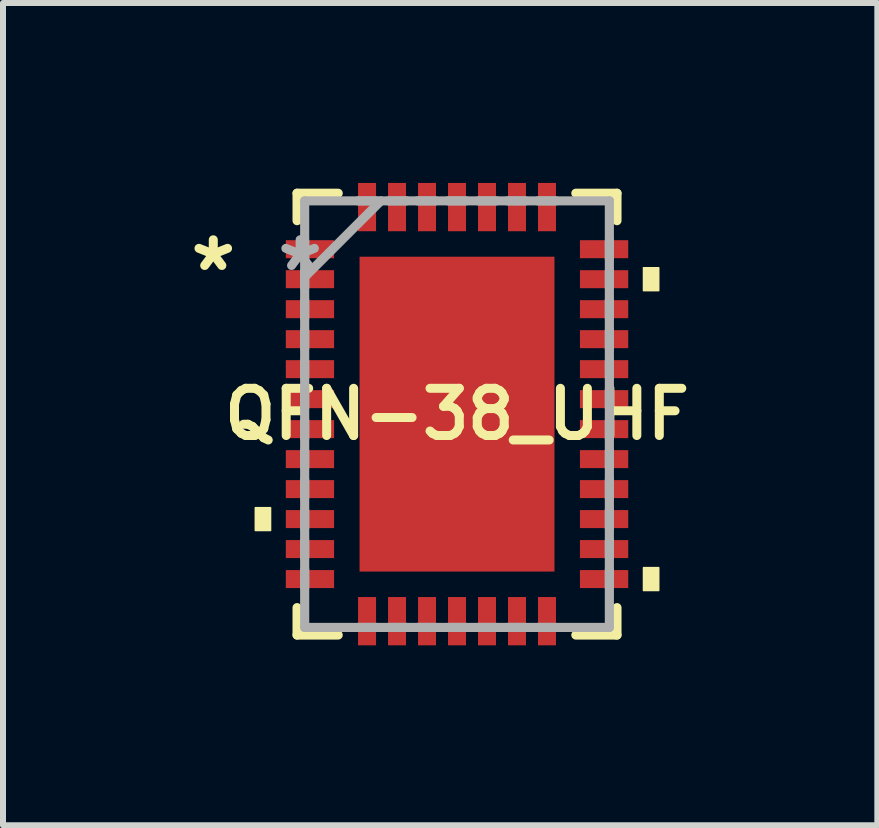
<source format=kicad_pcb>
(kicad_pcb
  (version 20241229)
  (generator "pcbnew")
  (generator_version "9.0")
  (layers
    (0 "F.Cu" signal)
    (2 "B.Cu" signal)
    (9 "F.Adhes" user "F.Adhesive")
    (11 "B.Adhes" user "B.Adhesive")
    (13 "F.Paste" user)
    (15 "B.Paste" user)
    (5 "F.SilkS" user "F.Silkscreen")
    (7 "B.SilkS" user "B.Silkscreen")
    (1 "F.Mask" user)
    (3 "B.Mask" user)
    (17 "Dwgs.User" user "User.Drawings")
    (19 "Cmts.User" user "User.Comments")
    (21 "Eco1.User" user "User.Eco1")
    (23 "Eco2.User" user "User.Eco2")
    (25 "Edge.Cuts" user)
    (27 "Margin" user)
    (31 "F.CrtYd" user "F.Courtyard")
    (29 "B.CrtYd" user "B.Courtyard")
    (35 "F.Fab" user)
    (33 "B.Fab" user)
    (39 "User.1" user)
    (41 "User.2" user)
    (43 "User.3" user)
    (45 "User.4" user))
  (footprint "QFN-38_UHF"
    (layer "F.Cu")
    (at 4.57 3.855)
    (property "Reference" "QFN-38_UHF" (at 0 0 0) (layer "F.SilkS") (effects (font (size 0.787 0.787) (thickness 0.15))))
    (attr smd)
    (fp_line (start -2.667 -3.683) (end -2.667 -3.226) (stroke (width 0.152) (type solid)) (layer "F.SilkS"))
    (fp_line (start -2.667 3.226) (end -2.667 3.683) (stroke (width 0.152) (type solid)) (layer "F.SilkS"))
    (fp_line (start -2.667 3.683) (end -1.981 3.683) (stroke (width 0.152) (type solid)) (layer "F.SilkS"))
    (fp_line (start -1.981 -3.683) (end -2.667 -3.683) (stroke (width 0.152) (type solid)) (layer "F.SilkS"))
    (fp_line (start 1.981 3.683) (end 2.667 3.683) (stroke (width 0.152) (type solid)) (layer "F.SilkS"))
    (fp_line (start 2.667 -3.683) (end 1.981 -3.683) (stroke (width 0.152) (type solid)) (layer "F.SilkS"))
    (fp_line (start 2.667 -3.226) (end 2.667 -3.683) (stroke (width 0.152) (type solid)) (layer "F.SilkS"))
    (fp_line (start 2.667 3.683) (end 2.667 3.226) (stroke (width 0.152) (type solid)) (layer "F.SilkS"))
    (fp_poly (pts (xy -3.363 1.56) (xy -3.363 1.94) (xy -3.109 1.94) (xy -3.109 1.56)) (stroke (width 0.025) (type solid)) (fill yes) (layer "F.SilkS"))
    (fp_poly (pts (xy 3.363 -2.441) (xy 3.363 -2.059) (xy 3.109 -2.059) (xy 3.109 -2.441)) (stroke (width 0.025) (type solid)) (fill yes) (layer "F.SilkS"))
    (fp_poly (pts (xy 3.363 2.559) (xy 3.363 2.941) (xy 3.109 2.941) (xy 3.109 2.559)) (stroke (width 0.025) (type solid)) (fill yes) (layer "F.SilkS"))
    (fp_poly (pts (xy -1.525 -2.525) (xy -1.525 -1.413) (xy -0.1 -1.413) (xy -0.1 -2.525)) (stroke (width 0.025) (type solid)) (fill yes) (layer "F.Paste"))
    (fp_poly (pts (xy -1.525 -1.212) (xy -1.525 -0.1) (xy -0.1 -0.1) (xy -0.1 -1.212)) (stroke (width 0.025) (type solid)) (fill yes) (layer "F.Paste"))
    (fp_poly (pts (xy -1.525 0.1) (xy -1.525 1.212) (xy -0.1 1.212) (xy -0.1 0.1)) (stroke (width 0.025) (type solid)) (fill yes) (layer "F.Paste"))
    (fp_poly (pts (xy -1.525 1.413) (xy -1.525 2.525) (xy -0.1 2.525) (xy -0.1 1.413)) (stroke (width 0.025) (type solid)) (fill yes) (layer "F.Paste"))
    (fp_poly (pts (xy 0.1 -2.525) (xy 0.1 -1.413) (xy 1.525 -1.413) (xy 1.525 -2.525)) (stroke (width 0.025) (type solid)) (fill yes) (layer "F.Paste"))
    (fp_poly (pts (xy 0.1 -1.212) (xy 0.1 -0.1) (xy 1.525 -0.1) (xy 1.525 -1.212)) (stroke (width 0.025) (type solid)) (fill yes) (layer "F.Paste"))
    (fp_poly (pts (xy 0.1 0.1) (xy 0.1 1.212) (xy 1.525 1.212) (xy 1.525 0.1)) (stroke (width 0.025) (type solid)) (fill yes) (layer "F.Paste"))
    (fp_poly (pts (xy 0.1 1.413) (xy 0.1 2.525) (xy 1.525 2.525) (xy 1.525 1.413)) (stroke (width 0.025) (type solid)) (fill yes) (layer "F.Paste"))
    (fp_line (start -2.54 -3.556) (end -2.54 3.556) (stroke (width 0.152) (type solid)) (layer "F.Fab"))
    (fp_line (start -2.54 -2.896) (end -2.54 -2.591) (stroke (width 0.152) (type solid)) (layer "F.Fab"))
    (fp_line (start -2.54 -2.388) (end -2.54 -2.108) (stroke (width 0.152) (type solid)) (layer "F.Fab"))
    (fp_line (start -2.54 -2.286) (end -1.27 -3.556) (stroke (width 0.152) (type solid)) (layer "F.Fab"))
    (fp_line (start -2.54 -1.905) (end -2.54 -1.6) (stroke (width 0.152) (type solid)) (layer "F.Fab"))
    (fp_line (start -2.54 -1.397) (end -2.54 -1.092) (stroke (width 0.152) (type solid)) (layer "F.Fab"))
    (fp_line (start -2.54 -0.889) (end -2.54 -0.61) (stroke (width 0.152) (type solid)) (layer "F.Fab"))
    (fp_line (start -2.54 -0.406) (end -2.54 -0.102) (stroke (width 0.152) (type solid)) (layer "F.Fab"))
    (fp_line (start -2.54 0.102) (end -2.54 0.406) (stroke (width 0.152) (type solid)) (layer "F.Fab"))
    (fp_line (start -2.54 0.61) (end -2.54 0.889) (stroke (width 0.152) (type solid)) (layer "F.Fab"))
    (fp_line (start -2.54 1.092) (end -2.54 1.397) (stroke (width 0.152) (type solid)) (layer "F.Fab"))
    (fp_line (start -2.54 1.6) (end -2.54 1.905) (stroke (width 0.152) (type solid)) (layer "F.Fab"))
    (fp_line (start -2.54 2.108) (end -2.54 2.388) (stroke (width 0.152) (type solid)) (layer "F.Fab"))
    (fp_line (start -2.54 2.591) (end -2.54 2.896) (stroke (width 0.152) (type solid)) (layer "F.Fab"))
    (fp_line (start -2.54 3.556) (end 2.54 3.556) (stroke (width 0.152) (type solid)) (layer "F.Fab"))
    (fp_line (start -1.651 3.556) (end -1.346 3.556) (stroke (width 0.152) (type solid)) (layer "F.Fab"))
    (fp_line (start -1.346 -3.556) (end -1.651 -3.556) (stroke (width 0.152) (type solid)) (layer "F.Fab"))
    (fp_line (start -1.143 3.556) (end -0.838 3.556) (stroke (width 0.152) (type solid)) (layer "F.Fab"))
    (fp_line (start -0.838 -3.556) (end -1.143 -3.556) (stroke (width 0.152) (type solid)) (layer "F.Fab"))
    (fp_line (start -0.66 3.556) (end -0.356 3.556) (stroke (width 0.152) (type solid)) (layer "F.Fab"))
    (fp_line (start -0.356 -3.556) (end -0.66 -3.556) (stroke (width 0.152) (type solid)) (layer "F.Fab"))
    (fp_line (start -0.152 3.556) (end 0.152 3.556) (stroke (width 0.152) (type solid)) (layer "F.Fab"))
    (fp_line (start 0.152 -3.556) (end -0.152 -3.556) (stroke (width 0.152) (type solid)) (layer "F.Fab"))
    (fp_line (start 0.356 3.556) (end 0.66 3.556) (stroke (width 0.152) (type solid)) (layer "F.Fab"))
    (fp_line (start 0.66 -3.556) (end 0.356 -3.556) (stroke (width 0.152) (type solid)) (layer "F.Fab"))
    (fp_line (start 0.838 3.556) (end 1.143 3.556) (stroke (width 0.152) (type solid)) (layer "F.Fab"))
    (fp_line (start 1.143 -3.556) (end 0.838 -3.556) (stroke (width 0.152) (type solid)) (layer "F.Fab"))
    (fp_line (start 1.346 3.556) (end 1.651 3.556) (stroke (width 0.152) (type solid)) (layer "F.Fab"))
    (fp_line (start 1.651 -3.556) (end 1.346 -3.556) (stroke (width 0.152) (type solid)) (layer "F.Fab"))
    (fp_line (start 2.54 -3.556) (end -2.54 -3.556) (stroke (width 0.152) (type solid)) (layer "F.Fab"))
    (fp_line (start 2.54 -2.591) (end 2.54 -2.896) (stroke (width 0.152) (type solid)) (layer "F.Fab"))
    (fp_line (start 2.54 -2.108) (end 2.54 -2.388) (stroke (width 0.152) (type solid)) (layer "F.Fab"))
    (fp_line (start 2.54 -1.6) (end 2.54 -1.905) (stroke (width 0.152) (type solid)) (layer "F.Fab"))
    (fp_line (start 2.54 -1.092) (end 2.54 -1.397) (stroke (width 0.152) (type solid)) (layer "F.Fab"))
    (fp_line (start 2.54 -0.61) (end 2.54 -0.889) (stroke (width 0.152) (type solid)) (layer "F.Fab"))
    (fp_line (start 2.54 -0.102) (end 2.54 -0.406) (stroke (width 0.152) (type solid)) (layer "F.Fab"))
    (fp_line (start 2.54 0.406) (end 2.54 0.102) (stroke (width 0.152) (type solid)) (layer "F.Fab"))
    (fp_line (start 2.54 0.889) (end 2.54 0.61) (stroke (width 0.152) (type solid)) (layer "F.Fab"))
    (fp_line (start 2.54 1.397) (end 2.54 1.092) (stroke (width 0.152) (type solid)) (layer "F.Fab"))
    (fp_line (start 2.54 1.905) (end 2.54 1.6) (stroke (width 0.152) (type solid)) (layer "F.Fab"))
    (fp_line (start 2.54 2.388) (end 2.54 2.108) (stroke (width 0.152) (type solid)) (layer "F.Fab"))
    (fp_line (start 2.54 2.896) (end 2.54 2.591) (stroke (width 0.152) (type solid)) (layer "F.Fab"))
    (fp_line (start 2.54 3.556) (end 2.54 -3.556) (stroke (width 0.152) (type solid)) (layer "F.Fab"))
    (fp_text user "*" (at -4.064 -2.362 0) (layer "F.SilkS") (effects (font (size 1 1) (thickness 0.15))))
    (fp_text user "*" (at -2.616 -2.362 0) (layer "F.Fab") (effects (font (size 1 1) (thickness 0.15))))
    (pad "1" smd rect (at -2.452 -2.75) (size 0.805 0.3) (layers "F.Cu" "F.Mask" "F.Paste"))
    (pad "2" smd rect (at -2.452 -2.25) (size 0.805 0.3) (layers "F.Cu" "F.Mask" "F.Paste"))
    (pad "3" smd rect (at -2.452 -1.75) (size 0.805 0.3) (layers "F.Cu" "F.Mask" "F.Paste"))
    (pad "4" smd rect (at -2.452 -1.25) (size 0.805 0.3) (layers "F.Cu" "F.Mask" "F.Paste"))
    (pad "5" smd rect (at -2.452 -0.75) (size 0.805 0.3) (layers "F.Cu" "F.Mask" "F.Paste"))
    (pad "6" smd rect (at -2.452 -0.25) (size 0.805 0.3) (layers "F.Cu" "F.Mask" "F.Paste"))
    (pad "7" smd rect (at -2.452 0.25) (size 0.805 0.3) (layers "F.Cu" "F.Mask" "F.Paste"))
    (pad "8" smd rect (at -2.452 0.75) (size 0.805 0.3) (layers "F.Cu" "F.Mask" "F.Paste"))
    (pad "9" smd rect (at -2.452 1.25) (size 0.805 0.3) (layers "F.Cu" "F.Mask" "F.Paste"))
    (pad "10" smd rect (at -2.452 1.75) (size 0.805 0.3) (layers "F.Cu" "F.Mask" "F.Paste"))
    (pad "11" smd rect (at -2.452 2.25) (size 0.805 0.3) (layers "F.Cu" "F.Mask" "F.Paste"))
    (pad "12" smd rect (at -2.452 2.75) (size 0.805 0.3) (layers "F.Cu" "F.Mask" "F.Paste"))
    (pad "13" smd rect (at -1.5 3.452) (size 0.3 0.805) (layers "F.Cu" "F.Mask" "F.Paste"))
    (pad "14" smd rect (at -1 3.452) (size 0.3 0.805) (layers "F.Cu" "F.Mask" "F.Paste"))
    (pad "15" smd rect (at -0.5 3.452) (size 0.3 0.805) (layers "F.Cu" "F.Mask" "F.Paste"))
    (pad "16" smd rect (at 0 3.452) (size 0.3 0.805) (layers "F.Cu" "F.Mask" "F.Paste"))
    (pad "17" smd rect (at 0.5 3.452) (size 0.3 0.805) (layers "F.Cu" "F.Mask" "F.Paste"))
    (pad "18" smd rect (at 1 3.452) (size 0.3 0.805) (layers "F.Cu" "F.Mask" "F.Paste"))
    (pad "19" smd rect (at 1.5 3.452) (size 0.3 0.805) (layers "F.Cu" "F.Mask" "F.Paste"))
    (pad "20" smd rect (at 2.452 2.75) (size 0.805 0.3) (layers "F.Cu" "F.Mask" "F.Paste"))
    (pad "21" smd rect (at 2.452 2.25) (size 0.805 0.3) (layers "F.Cu" "F.Mask" "F.Paste"))
    (pad "22" smd rect (at 2.452 1.75) (size 0.805 0.3) (layers "F.Cu" "F.Mask" "F.Paste"))
    (pad "23" smd rect (at 2.452 1.25) (size 0.805 0.3) (layers "F.Cu" "F.Mask" "F.Paste"))
    (pad "24" smd rect (at 2.452 0.75) (size 0.805 0.3) (layers "F.Cu" "F.Mask" "F.Paste"))
    (pad "25" smd rect (at 2.452 0.25) (size 0.805 0.3) (layers "F.Cu" "F.Mask" "F.Paste"))
    (pad "26" smd rect (at 2.452 -0.25) (size 0.805 0.3) (layers "F.Cu" "F.Mask" "F.Paste"))
    (pad "27" smd rect (at 2.452 -0.75) (size 0.805 0.3) (layers "F.Cu" "F.Mask" "F.Paste"))
    (pad "28" smd rect (at 2.452 -1.25) (size 0.805 0.3) (layers "F.Cu" "F.Mask" "F.Paste"))
    (pad "29" smd rect (at 2.452 -1.75) (size 0.805 0.3) (layers "F.Cu" "F.Mask" "F.Paste"))
    (pad "30" smd rect (at 2.452 -2.25) (size 0.805 0.3) (layers "F.Cu" "F.Mask" "F.Paste"))
    (pad "31" smd rect (at 2.452 -2.75) (size 0.805 0.3) (layers "F.Cu" "F.Mask" "F.Paste"))
    (pad "32" smd rect (at 1.5 -3.452) (size 0.3 0.805) (layers "F.Cu" "F.Mask" "F.Paste"))
    (pad "33" smd rect (at 1 -3.452) (size 0.3 0.805) (layers "F.Cu" "F.Mask" "F.Paste"))
    (pad "34" smd rect (at 0.5 -3.452) (size 0.3 0.805) (layers "F.Cu" "F.Mask" "F.Paste"))
    (pad "35" smd rect (at 0 -3.452) (size 0.3 0.805) (layers "F.Cu" "F.Mask" "F.Paste"))
    (pad "36" smd rect (at -0.5 -3.452) (size 0.3 0.805) (layers "F.Cu" "F.Mask" "F.Paste"))
    (pad "37" smd rect (at -1 -3.452) (size 0.3 0.805) (layers "F.Cu" "F.Mask" "F.Paste"))
    (pad "38" smd rect (at -1.5 -3.452) (size 0.3 0.805) (layers "F.Cu" "F.Mask" "F.Paste"))
    (pad "39" smd rect (at 0 0) (size 3.25 5.25) (layers "F.Cu" "F.Mask")))
  (gr_rect
    (start -3 -3)
    (end 11.578 10.71)
    (stroke (width 0.1) (type default))
    (fill no)
    (layer "Edge.Cuts")))
</source>
